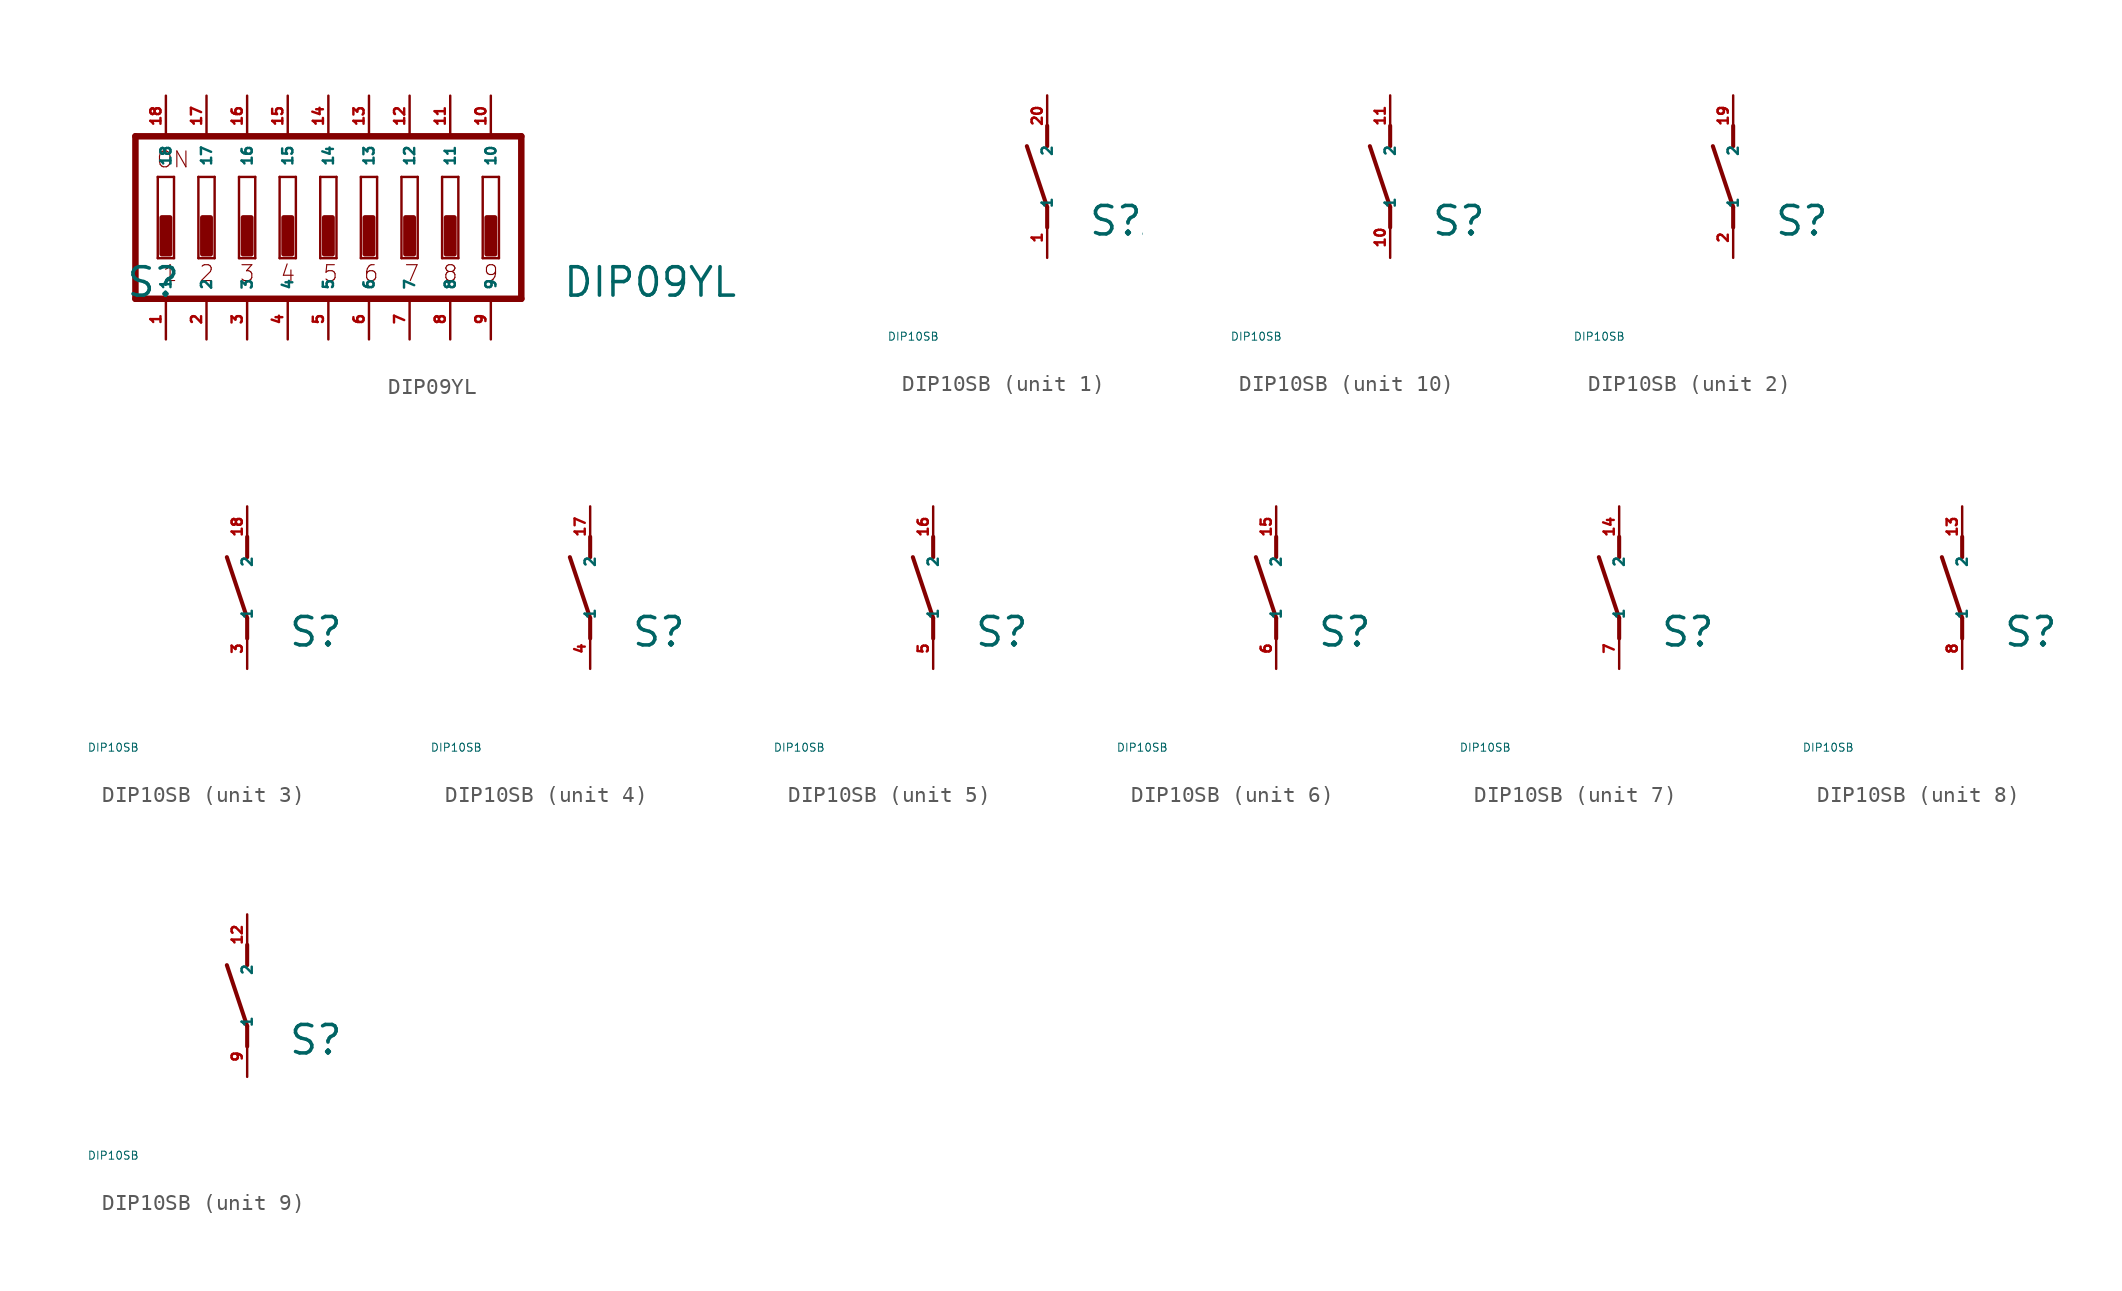
<source format=kicad_sym>
(kicad_symbol_lib
  (version 20220914)
  (generator Eagle2Kicad)
  (symbol "DIP09YL"
    (property "Reference" "S"
      (at -12.7 -5.08 0)
      (effects (font (size 1.778 1.778) (thickness 0.22)) (justify left bottom)))
    (property "Value" "DIP09YL"
      (at 14.605 -5.08 0)
      (effects (font (size 1.778 1.778) (thickness 0.22)) (justify left bottom)))
    (polyline
      (pts (xy 12.065 5.08) (xy -12.065 5.08))
      (stroke (width 0.406) (type default))
      (fill (type none)))
    (polyline
      (pts (xy -12.065 5.08) (xy -12.065 -5.08))
      (stroke (width 0.406) (type default))
      (fill (type none)))
    (polyline
      (pts (xy -12.065 -5.08) (xy 12.065 -5.08))
      (stroke (width 0.406) (type default))
      (fill (type none)))
    (polyline
      (pts (xy 12.065 -5.08) (xy 12.065 5.08))
      (stroke (width 0.406) (type default))
      (fill (type none)))
    (polyline
      (pts (xy -9.652 -2.54) (xy -10.668 -2.54))
      (stroke (width 0.152) (type default))
      (fill (type none)))
    (polyline
      (pts (xy -10.668 2.54) (xy -9.652 2.54))
      (stroke (width 0.152) (type default))
      (fill (type none)))
    (polyline
      (pts (xy -9.652 2.54) (xy -9.652 -2.54))
      (stroke (width 0.152) (type default))
      (fill (type none)))
    (polyline
      (pts (xy -10.668 -2.54) (xy -10.668 2.54))
      (stroke (width 0.152) (type default))
      (fill (type none)))
    (polyline
      (pts (xy -7.112 -2.54) (xy -8.128 -2.54))
      (stroke (width 0.152) (type default))
      (fill (type none)))
    (polyline
      (pts (xy -8.128 2.54) (xy -7.112 2.54))
      (stroke (width 0.152) (type default))
      (fill (type none)))
    (polyline
      (pts (xy -7.112 2.54) (xy -7.112 -2.54))
      (stroke (width 0.152) (type default))
      (fill (type none)))
    (polyline
      (pts (xy -8.128 -2.54) (xy -8.128 2.54))
      (stroke (width 0.152) (type default))
      (fill (type none)))
    (polyline
      (pts (xy -4.572 -2.54) (xy -5.588 -2.54))
      (stroke (width 0.152) (type default))
      (fill (type none)))
    (polyline
      (pts (xy -5.588 2.54) (xy -4.572 2.54))
      (stroke (width 0.152) (type default))
      (fill (type none)))
    (polyline
      (pts (xy -4.572 2.54) (xy -4.572 -2.54))
      (stroke (width 0.152) (type default))
      (fill (type none)))
    (polyline
      (pts (xy -5.588 -2.54) (xy -5.588 2.54))
      (stroke (width 0.152) (type default))
      (fill (type none)))
    (polyline
      (pts (xy -2.032 -2.54) (xy -3.048 -2.54))
      (stroke (width 0.152) (type default))
      (fill (type none)))
    (polyline
      (pts (xy -3.048 2.54) (xy -2.032 2.54))
      (stroke (width 0.152) (type default))
      (fill (type none)))
    (polyline
      (pts (xy -2.032 2.54) (xy -2.032 -2.54))
      (stroke (width 0.152) (type default))
      (fill (type none)))
    (polyline
      (pts (xy -3.048 -2.54) (xy -3.048 2.54))
      (stroke (width 0.152) (type default))
      (fill (type none)))
    (polyline
      (pts (xy 0.508 -2.54) (xy -0.508 -2.54))
      (stroke (width 0.152) (type default))
      (fill (type none)))
    (polyline
      (pts (xy -0.508 2.54) (xy 0.508 2.54))
      (stroke (width 0.152) (type default))
      (fill (type none)))
    (polyline
      (pts (xy 0.508 2.54) (xy 0.508 -2.54))
      (stroke (width 0.152) (type default))
      (fill (type none)))
    (polyline
      (pts (xy -0.508 -2.54) (xy -0.508 2.54))
      (stroke (width 0.152) (type default))
      (fill (type none)))
    (polyline
      (pts (xy 3.048 -2.54) (xy 2.032 -2.54))
      (stroke (width 0.152) (type default))
      (fill (type none)))
    (polyline
      (pts (xy 2.032 2.54) (xy 3.048 2.54))
      (stroke (width 0.152) (type default))
      (fill (type none)))
    (polyline
      (pts (xy 3.048 2.54) (xy 3.048 -2.54))
      (stroke (width 0.152) (type default))
      (fill (type none)))
    (polyline
      (pts (xy 2.032 -2.54) (xy 2.032 2.54))
      (stroke (width 0.152) (type default))
      (fill (type none)))
    (polyline
      (pts (xy 5.588 -2.54) (xy 4.572 -2.54))
      (stroke (width 0.152) (type default))
      (fill (type none)))
    (polyline
      (pts (xy 4.572 2.54) (xy 5.588 2.54))
      (stroke (width 0.152) (type default))
      (fill (type none)))
    (polyline
      (pts (xy 5.588 2.54) (xy 5.588 -2.54))
      (stroke (width 0.152) (type default))
      (fill (type none)))
    (polyline
      (pts (xy 4.572 -2.54) (xy 4.572 2.54))
      (stroke (width 0.152) (type default))
      (fill (type none)))
    (polyline
      (pts (xy 8.128 -2.54) (xy 7.112 -2.54))
      (stroke (width 0.152) (type default))
      (fill (type none)))
    (polyline
      (pts (xy 7.112 2.54) (xy 8.128 2.54))
      (stroke (width 0.152) (type default))
      (fill (type none)))
    (polyline
      (pts (xy 8.128 2.54) (xy 8.128 -2.54))
      (stroke (width 0.152) (type default))
      (fill (type none)))
    (polyline
      (pts (xy 7.112 -2.54) (xy 7.112 2.54))
      (stroke (width 0.152) (type default))
      (fill (type none)))
    (polyline
      (pts (xy 10.668 -2.54) (xy 9.652 -2.54))
      (stroke (width 0.152) (type default))
      (fill (type none)))
    (polyline
      (pts (xy 9.652 2.54) (xy 10.668 2.54))
      (stroke (width 0.152) (type default))
      (fill (type none)))
    (polyline
      (pts (xy 10.668 2.54) (xy 10.668 -2.54))
      (stroke (width 0.152) (type default))
      (fill (type none)))
    (polyline
      (pts (xy 9.652 -2.54) (xy 9.652 2.54))
      (stroke (width 0.152) (type default))
      (fill (type none)))
    (text "1"
      (at -10.414 -4.064 0)
      (effects (font (size 0.991 0.991) (thickness 0.07)) (justify left bottom)))
    (text "2"
      (at -8.128 -4.064 0)
      (effects (font (size 0.991 0.991) (thickness 0.07)) (justify left bottom)))
    (text "3"
      (at -5.588 -4.064 0)
      (effects (font (size 0.991 0.991) (thickness 0.07)) (justify left bottom)))
    (text "4"
      (at -3.048 -4.064 0)
      (effects (font (size 0.991 0.991) (thickness 0.07)) (justify left bottom)))
    (text "5"
      (at -0.381 -4.064 0)
      (effects (font (size 0.991 0.991) (thickness 0.07)) (justify left bottom)))
    (text "6"
      (at 2.159 -4.064 0)
      (effects (font (size 0.991 0.991) (thickness 0.07)) (justify left bottom)))
    (text "7"
      (at 4.699 -4.064 0)
      (effects (font (size 0.991 0.991) (thickness 0.07)) (justify left bottom)))
    (text "8"
      (at 7.112 -4.064 0)
      (effects (font (size 0.991 0.991) (thickness 0.07)) (justify left bottom)))
    (text "9"
      (at 9.652 -4.064 0)
      (effects (font (size 0.991 0.991) (thickness 0.07)) (justify left bottom)))
    (text "ON"
      (at -10.795 3.048 0)
      (effects (font (size 0.991 0.991) (thickness 0.07)) (justify left bottom)))
    (rectangle
      (start -10.414 -2.286)
      (end -9.906 0)
      (stroke (width 0.3) (type default))
      (fill (type outline)))
    (rectangle
      (start -7.874 -2.286)
      (end -7.366 0)
      (stroke (width 0.3) (type default))
      (fill (type outline)))
    (rectangle
      (start -5.334 -2.286)
      (end -4.826 0)
      (stroke (width 0.3) (type default))
      (fill (type outline)))
    (rectangle
      (start -2.794 -2.286)
      (end -2.286 0)
      (stroke (width 0.3) (type default))
      (fill (type outline)))
    (rectangle
      (start -0.254 -2.286)
      (end 0.254 0)
      (stroke (width 0.3) (type default))
      (fill (type outline)))
    (rectangle
      (start 2.286 -2.286)
      (end 2.794 0)
      (stroke (width 0.3) (type default))
      (fill (type outline)))
    (rectangle
      (start 4.826 -2.286)
      (end 5.334 0)
      (stroke (width 0.3) (type default))
      (fill (type outline)))
    (rectangle
      (start 7.366 -2.286)
      (end 7.874 0)
      (stroke (width 0.3) (type default))
      (fill (type outline)))
    (rectangle
      (start 9.906 -2.286)
      (end 10.414 0)
      (stroke (width 0.3) (type default))
      (fill (type outline)))
    (pin passive line
      (at 10.16 7.62 270)
      (length 2.54)
      (name "10" (effects (font (size 0.635 0.635) (thickness 0.08)) (justify left bottom)))
      (number "10" (effects (font (size 0.635 0.635) (thickness 0.08)) (justify left bottom))))
    (pin passive line
      (at 7.62 7.62 270)
      (length 2.54)
      (name "11" (effects (font (size 0.635 0.635) (thickness 0.08)) (justify left bottom)))
      (number "11" (effects (font (size 0.635 0.635) (thickness 0.08)) (justify left bottom))))
    (pin passive line
      (at 5.08 7.62 270)
      (length 2.54)
      (name "12" (effects (font (size 0.635 0.635) (thickness 0.08)) (justify left bottom)))
      (number "12" (effects (font (size 0.635 0.635) (thickness 0.08)) (justify left bottom))))
    (pin passive line
      (at 2.54 7.62 270)
      (length 2.54)
      (name "13" (effects (font (size 0.635 0.635) (thickness 0.08)) (justify left bottom)))
      (number "13" (effects (font (size 0.635 0.635) (thickness 0.08)) (justify left bottom))))
    (pin passive line
      (at 0 7.62 270)
      (length 2.54)
      (name "14" (effects (font (size 0.635 0.635) (thickness 0.08)) (justify left bottom)))
      (number "14" (effects (font (size 0.635 0.635) (thickness 0.08)) (justify left bottom))))
    (pin passive line
      (at -2.54 7.62 270)
      (length 2.54)
      (name "15" (effects (font (size 0.635 0.635) (thickness 0.08)) (justify left bottom)))
      (number "15" (effects (font (size 0.635 0.635) (thickness 0.08)) (justify left bottom))))
    (pin passive line
      (at -5.08 7.62 270)
      (length 2.54)
      (name "16" (effects (font (size 0.635 0.635) (thickness 0.08)) (justify left bottom)))
      (number "16" (effects (font (size 0.635 0.635) (thickness 0.08)) (justify left bottom))))
    (pin passive line
      (at -7.62 7.62 270)
      (length 2.54)
      (name "17" (effects (font (size 0.635 0.635) (thickness 0.08)) (justify left bottom)))
      (number "17" (effects (font (size 0.635 0.635) (thickness 0.08)) (justify left bottom))))
    (pin passive line
      (at -10.16 7.62 270)
      (length 2.54)
      (name "18" (effects (font (size 0.635 0.635) (thickness 0.08)) (justify left bottom)))
      (number "18" (effects (font (size 0.635 0.635) (thickness 0.08)) (justify left bottom))))
    (pin passive line
      (at -10.16 -7.62 90)
      (length 2.54)
      (name "1" (effects (font (size 0.635 0.635) (thickness 0.08)) (justify left bottom)))
      (number "1" (effects (font (size 0.635 0.635) (thickness 0.08)) (justify left bottom))))
    (pin passive line
      (at -7.62 -7.62 90)
      (length 2.54)
      (name "2" (effects (font (size 0.635 0.635) (thickness 0.08)) (justify left bottom)))
      (number "2" (effects (font (size 0.635 0.635) (thickness 0.08)) (justify left bottom))))
    (pin passive line
      (at -5.08 -7.62 90)
      (length 2.54)
      (name "3" (effects (font (size 0.635 0.635) (thickness 0.08)) (justify left bottom)))
      (number "3" (effects (font (size 0.635 0.635) (thickness 0.08)) (justify left bottom))))
    (pin passive line
      (at -2.54 -7.62 90)
      (length 2.54)
      (name "4" (effects (font (size 0.635 0.635) (thickness 0.08)) (justify left bottom)))
      (number "4" (effects (font (size 0.635 0.635) (thickness 0.08)) (justify left bottom))))
    (pin passive line
      (at 0 -7.62 90)
      (length 2.54)
      (name "5" (effects (font (size 0.635 0.635) (thickness 0.08)) (justify left bottom)))
      (number "5" (effects (font (size 0.635 0.635) (thickness 0.08)) (justify left bottom))))
    (pin passive line
      (at 2.54 -7.62 90)
      (length 2.54)
      (name "6" (effects (font (size 0.635 0.635) (thickness 0.08)) (justify left bottom)))
      (number "6" (effects (font (size 0.635 0.635) (thickness 0.08)) (justify left bottom))))
    (pin passive line
      (at 5.08 -7.62 90)
      (length 2.54)
      (name "7" (effects (font (size 0.635 0.635) (thickness 0.08)) (justify left bottom)))
      (number "7" (effects (font (size 0.635 0.635) (thickness 0.08)) (justify left bottom))))
    (pin passive line
      (at 7.62 -7.62 90)
      (length 2.54)
      (name "8" (effects (font (size 0.635 0.635) (thickness 0.08)) (justify left bottom)))
      (number "8" (effects (font (size 0.635 0.635) (thickness 0.08)) (justify left bottom))))
    (pin passive line
      (at 10.16 -7.62 90)
      (length 2.54)
      (name "9" (effects (font (size 0.635 0.635) (thickness 0.08)) (justify left bottom)))
      (number "9" (effects (font (size 0.635 0.635) (thickness 0.08)) (justify left bottom)))))
  (symbol "DIP10SB"
    (property "Reference" "S"
      (at 2.54 -3.81 0)
      (effects (font (size 1.778 1.778) (thickness 0.22)) (justify left bottom)))
    (property "Value" "DIP10SB"
      (at -10 -10 0)
      (effects (font (size 0.5 0.5) (thickness 0.06)) (justify left)))
    (symbol "DIP10SB_1_0"
      (polyline (pts (xy 0 -3.175) (xy 0 -1.905)) (stroke (width 0.254) (type default)) (fill (type none)))
      (polyline (pts (xy 0 -1.905) (xy -1.27 1.905)) (stroke (width 0.254) (type default)) (fill (type none)))
      (polyline (pts (xy 0 1.905) (xy 0 3.175)) (stroke (width 0.254) (type default)) (fill (type none)))
      (pin passive line (at 0 -5.08 90) (length 2.54) (name "1" (effects (font (size 0.635 0.635) (thickness 0.08)) (justify left bottom))) (number "1" (effects (font (size 0.635 0.635) (thickness 0.08)) (justify left bottom))))
      (pin passive line (at 0 5.08 270) (length 2.54) (name "2" (effects (font (size 0.635 0.635) (thickness 0.08)) (justify left bottom))) (number "20" (effects (font (size 0.635 0.635) (thickness 0.08)) (justify left bottom)))))
    (symbol "DIP10SB_2_0"
      (polyline (pts (xy 0 -3.175) (xy 0 -1.905)) (stroke (width 0.254) (type default)) (fill (type none)))
      (polyline (pts (xy 0 -1.905) (xy -1.27 1.905)) (stroke (width 0.254) (type default)) (fill (type none)))
      (polyline (pts (xy 0 1.905) (xy 0 3.175)) (stroke (width 0.254) (type default)) (fill (type none)))
      (pin passive line (at 0 -5.08 90) (length 2.54) (name "1" (effects (font (size 0.635 0.635) (thickness 0.08)) (justify left bottom))) (number "2" (effects (font (size 0.635 0.635) (thickness 0.08)) (justify left bottom))))
      (pin passive line (at 0 5.08 270) (length 2.54) (name "2" (effects (font (size 0.635 0.635) (thickness 0.08)) (justify left bottom))) (number "19" (effects (font (size 0.635 0.635) (thickness 0.08)) (justify left bottom)))))
    (symbol "DIP10SB_3_0"
      (polyline (pts (xy 0 -3.175) (xy 0 -1.905)) (stroke (width 0.254) (type default)) (fill (type none)))
      (polyline (pts (xy 0 -1.905) (xy -1.27 1.905)) (stroke (width 0.254) (type default)) (fill (type none)))
      (polyline (pts (xy 0 1.905) (xy 0 3.175)) (stroke (width 0.254) (type default)) (fill (type none)))
      (pin passive line (at 0 -5.08 90) (length 2.54) (name "1" (effects (font (size 0.635 0.635) (thickness 0.08)) (justify left bottom))) (number "3" (effects (font (size 0.635 0.635) (thickness 0.08)) (justify left bottom))))
      (pin passive line (at 0 5.08 270) (length 2.54) (name "2" (effects (font (size 0.635 0.635) (thickness 0.08)) (justify left bottom))) (number "18" (effects (font (size 0.635 0.635) (thickness 0.08)) (justify left bottom)))))
    (symbol "DIP10SB_4_0"
      (polyline (pts (xy 0 -3.175) (xy 0 -1.905)) (stroke (width 0.254) (type default)) (fill (type none)))
      (polyline (pts (xy 0 -1.905) (xy -1.27 1.905)) (stroke (width 0.254) (type default)) (fill (type none)))
      (polyline (pts (xy 0 1.905) (xy 0 3.175)) (stroke (width 0.254) (type default)) (fill (type none)))
      (pin passive line (at 0 -5.08 90) (length 2.54) (name "1" (effects (font (size 0.635 0.635) (thickness 0.08)) (justify left bottom))) (number "4" (effects (font (size 0.635 0.635) (thickness 0.08)) (justify left bottom))))
      (pin passive line (at 0 5.08 270) (length 2.54) (name "2" (effects (font (size 0.635 0.635) (thickness 0.08)) (justify left bottom))) (number "17" (effects (font (size 0.635 0.635) (thickness 0.08)) (justify left bottom)))))
    (symbol "DIP10SB_5_0"
      (polyline (pts (xy 0 -3.175) (xy 0 -1.905)) (stroke (width 0.254) (type default)) (fill (type none)))
      (polyline (pts (xy 0 -1.905) (xy -1.27 1.905)) (stroke (width 0.254) (type default)) (fill (type none)))
      (polyline (pts (xy 0 1.905) (xy 0 3.175)) (stroke (width 0.254) (type default)) (fill (type none)))
      (pin passive line (at 0 -5.08 90) (length 2.54) (name "1" (effects (font (size 0.635 0.635) (thickness 0.08)) (justify left bottom))) (number "5" (effects (font (size 0.635 0.635) (thickness 0.08)) (justify left bottom))))
      (pin passive line (at 0 5.08 270) (length 2.54) (name "2" (effects (font (size 0.635 0.635) (thickness 0.08)) (justify left bottom))) (number "16" (effects (font (size 0.635 0.635) (thickness 0.08)) (justify left bottom)))))
    (symbol "DIP10SB_6_0"
      (polyline (pts (xy 0 -3.175) (xy 0 -1.905)) (stroke (width 0.254) (type default)) (fill (type none)))
      (polyline (pts (xy 0 -1.905) (xy -1.27 1.905)) (stroke (width 0.254) (type default)) (fill (type none)))
      (polyline (pts (xy 0 1.905) (xy 0 3.175)) (stroke (width 0.254) (type default)) (fill (type none)))
      (pin passive line (at 0 -5.08 90) (length 2.54) (name "1" (effects (font (size 0.635 0.635) (thickness 0.08)) (justify left bottom))) (number "6" (effects (font (size 0.635 0.635) (thickness 0.08)) (justify left bottom))))
      (pin passive line (at 0 5.08 270) (length 2.54) (name "2" (effects (font (size 0.635 0.635) (thickness 0.08)) (justify left bottom))) (number "15" (effects (font (size 0.635 0.635) (thickness 0.08)) (justify left bottom)))))
    (symbol "DIP10SB_7_0"
      (polyline (pts (xy 0 -3.175) (xy 0 -1.905)) (stroke (width 0.254) (type default)) (fill (type none)))
      (polyline (pts (xy 0 -1.905) (xy -1.27 1.905)) (stroke (width 0.254) (type default)) (fill (type none)))
      (polyline (pts (xy 0 1.905) (xy 0 3.175)) (stroke (width 0.254) (type default)) (fill (type none)))
      (pin passive line (at 0 -5.08 90) (length 2.54) (name "1" (effects (font (size 0.635 0.635) (thickness 0.08)) (justify left bottom))) (number "7" (effects (font (size 0.635 0.635) (thickness 0.08)) (justify left bottom))))
      (pin passive line (at 0 5.08 270) (length 2.54) (name "2" (effects (font (size 0.635 0.635) (thickness 0.08)) (justify left bottom))) (number "14" (effects (font (size 0.635 0.635) (thickness 0.08)) (justify left bottom)))))
    (symbol "DIP10SB_8_0"
      (polyline (pts (xy 0 -3.175) (xy 0 -1.905)) (stroke (width 0.254) (type default)) (fill (type none)))
      (polyline (pts (xy 0 -1.905) (xy -1.27 1.905)) (stroke (width 0.254) (type default)) (fill (type none)))
      (polyline (pts (xy 0 1.905) (xy 0 3.175)) (stroke (width 0.254) (type default)) (fill (type none)))
      (pin passive line (at 0 -5.08 90) (length 2.54) (name "1" (effects (font (size 0.635 0.635) (thickness 0.08)) (justify left bottom))) (number "8" (effects (font (size 0.635 0.635) (thickness 0.08)) (justify left bottom))))
      (pin passive line (at 0 5.08 270) (length 2.54) (name "2" (effects (font (size 0.635 0.635) (thickness 0.08)) (justify left bottom))) (number "13" (effects (font (size 0.635 0.635) (thickness 0.08)) (justify left bottom)))))
    (symbol "DIP10SB_9_0"
      (polyline (pts (xy 0 -3.175) (xy 0 -1.905)) (stroke (width 0.254) (type default)) (fill (type none)))
      (polyline (pts (xy 0 -1.905) (xy -1.27 1.905)) (stroke (width 0.254) (type default)) (fill (type none)))
      (polyline (pts (xy 0 1.905) (xy 0 3.175)) (stroke (width 0.254) (type default)) (fill (type none)))
      (pin passive line (at 0 -5.08 90) (length 2.54) (name "1" (effects (font (size 0.635 0.635) (thickness 0.08)) (justify left bottom))) (number "9" (effects (font (size 0.635 0.635) (thickness 0.08)) (justify left bottom))))
      (pin passive line (at 0 5.08 270) (length 2.54) (name "2" (effects (font (size 0.635 0.635) (thickness 0.08)) (justify left bottom))) (number "12" (effects (font (size 0.635 0.635) (thickness 0.08)) (justify left bottom)))))
    (symbol "DIP10SB_10_0"
      (polyline (pts (xy 0 -3.175) (xy 0 -1.905)) (stroke (width 0.254) (type default)) (fill (type none)))
      (polyline (pts (xy 0 -1.905) (xy -1.27 1.905)) (stroke (width 0.254) (type default)) (fill (type none)))
      (polyline (pts (xy 0 1.905) (xy 0 3.175)) (stroke (width 0.254) (type default)) (fill (type none)))
      (pin passive line (at 0 -5.08 90) (length 2.54) (name "1" (effects (font (size 0.635 0.635) (thickness 0.08)) (justify left bottom))) (number "10" (effects (font (size 0.635 0.635) (thickness 0.08)) (justify left bottom))))
      (pin passive line (at 0 5.08 270) (length 2.54) (name "2" (effects (font (size 0.635 0.635) (thickness 0.08)) (justify left bottom))) (number "11" (effects (font (size 0.635 0.635) (thickness 0.08)) (justify left bottom)))))))
</source>
